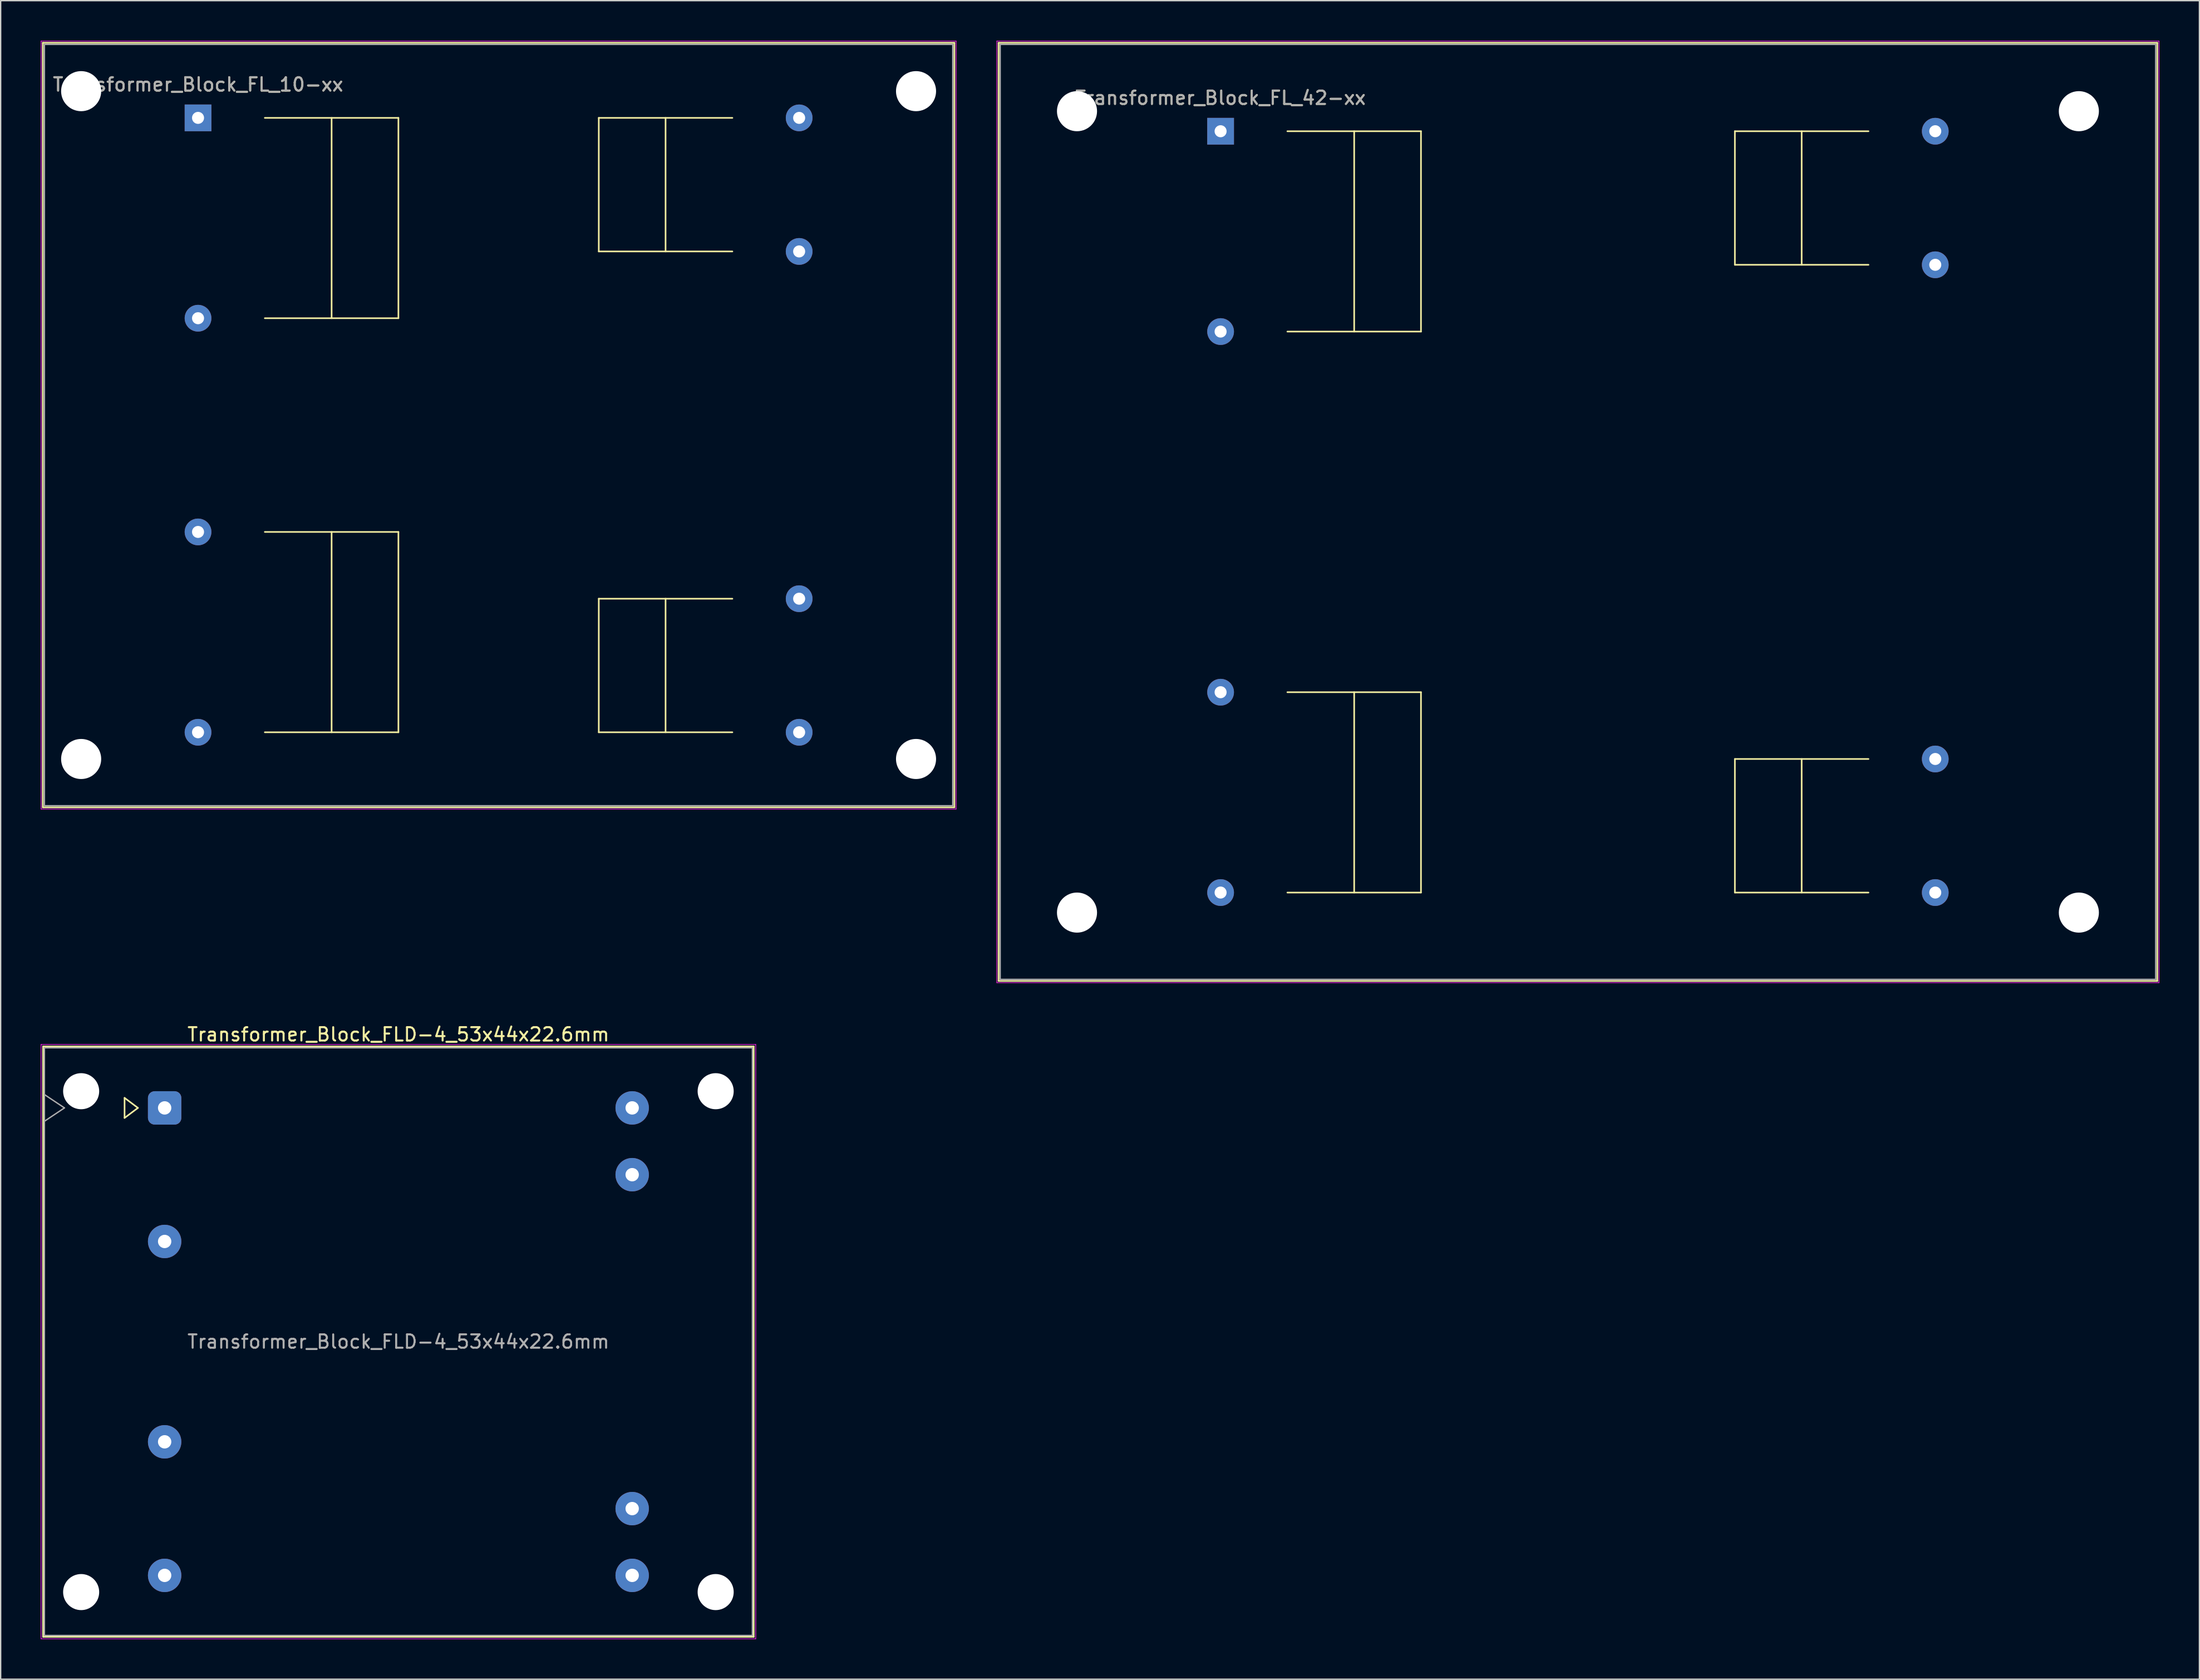
<source format=kicad_pcb>
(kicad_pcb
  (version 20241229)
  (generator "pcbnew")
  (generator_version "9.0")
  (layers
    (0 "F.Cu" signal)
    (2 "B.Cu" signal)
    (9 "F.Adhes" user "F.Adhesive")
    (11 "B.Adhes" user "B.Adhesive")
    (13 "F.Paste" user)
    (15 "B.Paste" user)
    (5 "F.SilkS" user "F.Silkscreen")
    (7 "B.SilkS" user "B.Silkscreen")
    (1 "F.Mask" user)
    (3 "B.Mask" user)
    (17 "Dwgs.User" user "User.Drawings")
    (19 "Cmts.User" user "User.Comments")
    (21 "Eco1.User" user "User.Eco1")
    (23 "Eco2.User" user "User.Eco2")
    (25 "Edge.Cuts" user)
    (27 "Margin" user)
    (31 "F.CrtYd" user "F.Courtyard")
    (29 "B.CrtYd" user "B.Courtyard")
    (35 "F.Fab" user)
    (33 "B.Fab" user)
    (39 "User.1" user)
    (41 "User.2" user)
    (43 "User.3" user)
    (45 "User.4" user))
  (footprint "Transformer_Block_FL_10-xx"
    (layer "F.Cu")
    (at 11.775 5.775)
    (property "Reference" "Transformer_Block_FL_10-xx" (at 0 -2.5 0) (layer "F.SilkS") (effects (font (size 1 1) (thickness 0.15))))
    (attr through_hole)
    (fp_line (start -11.62 51.62) (end -11.62 -5.62) (stroke (width 0.12) (type solid)) (layer "F.SilkS"))
    (fp_line (start -11.62 51.62) (end 56.62 51.62) (stroke (width 0.12) (type solid)) (layer "F.SilkS"))
    (fp_line (start 5 0) (end 15 0) (stroke (width 0.12) (type solid)) (layer "F.SilkS"))
    (fp_line (start 5 31) (end 15 31) (stroke (width 0.12) (type solid)) (layer "F.SilkS"))
    (fp_line (start 10 15) (end 10 0) (stroke (width 0.12) (type solid)) (layer "F.SilkS"))
    (fp_line (start 10 31) (end 10 46) (stroke (width 0.12) (type solid)) (layer "F.SilkS"))
    (fp_line (start 15 0) (end 15 15) (stroke (width 0.12) (type solid)) (layer "F.SilkS"))
    (fp_line (start 15 15) (end 5 15) (stroke (width 0.12) (type solid)) (layer "F.SilkS"))
    (fp_line (start 15 31) (end 15 46) (stroke (width 0.12) (type solid)) (layer "F.SilkS"))
    (fp_line (start 15 46) (end 5 46) (stroke (width 0.12) (type solid)) (layer "F.SilkS"))
    (fp_line (start 30 0) (end 40 0) (stroke (width 0.12) (type solid)) (layer "F.SilkS"))
    (fp_line (start 30 10) (end 30 0) (stroke (width 0.12) (type solid)) (layer "F.SilkS"))
    (fp_line (start 30 36) (end 40 36) (stroke (width 0.12) (type solid)) (layer "F.SilkS"))
    (fp_line (start 30 46) (end 30 36) (stroke (width 0.12) (type solid)) (layer "F.SilkS"))
    (fp_line (start 35 0) (end 35 10) (stroke (width 0.12) (type solid)) (layer "F.SilkS"))
    (fp_line (start 35 46) (end 35 36) (stroke (width 0.12) (type solid)) (layer "F.SilkS"))
    (fp_line (start 40 10) (end 30 10) (stroke (width 0.12) (type solid)) (layer "F.SilkS"))
    (fp_line (start 40 46) (end 30 46) (stroke (width 0.12) (type solid)) (layer "F.SilkS"))
    (fp_line (start 56.62 -5.62) (end -11.62 -5.62) (stroke (width 0.12) (type solid)) (layer "F.SilkS"))
    (fp_line (start 56.62 -5.62) (end 56.62 51.62) (stroke (width 0.12) (type solid)) (layer "F.SilkS"))
    (fp_line (start -11.75 51.75) (end -11.75 -5.75) (stroke (width 0.05) (type solid)) (layer "F.CrtYd"))
    (fp_line (start -11.75 51.75) (end 56.75 51.75) (stroke (width 0.05) (type solid)) (layer "F.CrtYd"))
    (fp_line (start 56.75 -5.75) (end -11.75 -5.75) (stroke (width 0.05) (type solid)) (layer "F.CrtYd"))
    (fp_line (start 56.75 -5.75) (end 56.75 51.75) (stroke (width 0.05) (type solid)) (layer "F.CrtYd"))
    (fp_line (start -11.5 -5.5) (end 56.5 -5.5) (stroke (width 0.1) (type solid)) (layer "F.Fab"))
    (fp_line (start -11.5 51.5) (end -11.5 -5.5) (stroke (width 0.1) (type solid)) (layer "F.Fab"))
    (fp_line (start 56.5 -5.5) (end 56.5 51.5) (stroke (width 0.1) (type solid)) (layer "F.Fab"))
    (fp_line (start 56.5 51.5) (end -11.5 51.5) (stroke (width 0.1) (type solid)) (layer "F.Fab"))
    (fp_text user "${REFERENCE}" (at 0 -2.5 0) (layer "F.Fab") (effects (font (size 1 1) (thickness 0.15))))
    (pad "" np_thru_hole circle (at -8.75 -2 270) (size 3 3) (drill 3) (layers "*.Cu" "*.Mask"))
    (pad "" np_thru_hole circle (at -8.75 48 270) (size 3 3) (drill 3) (layers "*.Cu" "*.Mask"))
    (pad "" np_thru_hole circle (at 53.75 -2 270) (size 3 3) (drill 3) (layers "*.Cu" "*.Mask"))
    (pad "" np_thru_hole circle (at 53.75 48 270) (size 3 3) (drill 3) (layers "*.Cu" "*.Mask"))
    (pad "1" thru_hole rect (at 0 0 270) (size 2 2) (drill 0.9) (layers "*.Cu" "*.Mask"))
    (pad "2" thru_hole circle (at 0 15 270) (size 2 2) (drill 0.9) (layers "*.Cu" "*.Mask"))
    (pad "3" thru_hole circle (at 0 31 270) (size 2 2) (drill 0.9) (layers "*.Cu" "*.Mask"))
    (pad "4" thru_hole circle (at 0 46 270) (size 2 2) (drill 0.9) (layers "*.Cu" "*.Mask"))
    (pad "5" thru_hole circle (at 45 0 270) (size 2 2) (drill 0.9) (layers "*.Cu" "*.Mask"))
    (pad "6" thru_hole circle (at 45 10 270) (size 2 2) (drill 0.9) (layers "*.Cu" "*.Mask"))
    (pad "7" thru_hole circle (at 45 36 270) (size 2 2) (drill 0.9) (layers "*.Cu" "*.Mask"))
    (pad "8" thru_hole circle (at 45 46 270) (size 2 2) (drill 0.9) (layers "*.Cu" "*.Mask")))
  (footprint "Transformer_Block_FLD-4_53x44x22.6mm"
    (layer "F.Cu")
    (at 9.275 79.898)
    (property "Reference" "Transformer_Block_FLD-4_53x44x22.6mm" (at 17.5 -5.5 0) (layer "F.SilkS") (effects (font (size 1 1) (thickness 0.15))))
    (attr through_hole)
    (fp_line (start -9.1 -4.6) (end -9.1 39.6) (stroke (width 0.12) (type solid)) (layer "F.SilkS"))
    (fp_line (start -9.1 39.6) (end 44.1 39.6) (stroke (width 0.12) (type solid)) (layer "F.SilkS"))
    (fp_line (start -3 -0.75) (end -2 0) (stroke (width 0.12) (type solid)) (layer "F.SilkS"))
    (fp_line (start -3 0.75) (end -3 -0.75) (stroke (width 0.12) (type solid)) (layer "F.SilkS"))
    (fp_line (start -2 0) (end -3 0.75) (stroke (width 0.12) (type solid)) (layer "F.SilkS"))
    (fp_line (start 44.1 -4.6) (end -9.1 -4.6) (stroke (width 0.12) (type solid)) (layer "F.SilkS"))
    (fp_line (start 44.1 39.6) (end 44.1 -4.6) (stroke (width 0.12) (type solid)) (layer "F.SilkS"))
    (fp_line (start -9.25 -4.75) (end -9.25 39.75) (stroke (width 0.05) (type solid)) (layer "F.CrtYd"))
    (fp_line (start -9.25 39.75) (end 44.25 39.75) (stroke (width 0.05) (type solid)) (layer "F.CrtYd"))
    (fp_line (start 44.25 -4.75) (end -9.25 -4.75) (stroke (width 0.05) (type solid)) (layer "F.CrtYd"))
    (fp_line (start 44.25 39.75) (end 44.25 -4.75) (stroke (width 0.05) (type solid)) (layer "F.CrtYd"))
    (fp_line (start -9 -4.5) (end -9 39.5) (stroke (width 0.1) (type solid)) (layer "F.Fab"))
    (fp_line (start -9 -1) (end -7.5 0) (stroke (width 0.1) (type solid)) (layer "F.Fab"))
    (fp_line (start -9 39.5) (end 44 39.5) (stroke (width 0.1) (type solid)) (layer "F.Fab"))
    (fp_line (start -7.5 0) (end -9 1) (stroke (width 0.1) (type solid)) (layer "F.Fab"))
    (fp_line (start 44 -4.5) (end -9 -4.5) (stroke (width 0.1) (type solid)) (layer "F.Fab"))
    (fp_line (start 44 39.5) (end 44 -4.5) (stroke (width 0.1) (type solid)) (layer "F.Fab"))
    (fp_text user "${REFERENCE}" (at 17.5 17.5 0) (layer "F.Fab") (effects (font (size 1 1) (thickness 0.15))))
    (pad "" np_thru_hole circle (at -6.25 -1.25) (size 2.7 2.7) (drill 2.7) (layers "*.Cu" "*.Mask"))
    (pad "" np_thru_hole circle (at -6.25 36.25) (size 2.7 2.7) (drill 2.7) (layers "*.Cu" "*.Mask"))
    (pad "" np_thru_hole circle (at 41.25 -1.25) (size 2.7 2.7) (drill 2.7) (layers "*.Cu" "*.Mask"))
    (pad "" np_thru_hole circle (at 41.25 36.25) (size 2.7 2.7) (drill 2.7) (layers "*.Cu" "*.Mask"))
    (pad "1" thru_hole roundrect (at 0 0) (size 2.5 2.5) (drill 1) (layers "*.Cu" "*.Mask") (roundrect_rratio 0.2))
    (pad "2" thru_hole circle (at 0 10) (size 2.5 2.5) (drill 1) (layers "*.Cu" "*.Mask"))
    (pad "3" thru_hole circle (at 0 25) (size 2.5 2.5) (drill 1) (layers "*.Cu" "*.Mask"))
    (pad "4" thru_hole circle (at 0 35) (size 2.5 2.5) (drill 1) (layers "*.Cu" "*.Mask"))
    (pad "5" thru_hole circle (at 35 35) (size 2.5 2.5) (drill 1) (layers "*.Cu" "*.Mask"))
    (pad "6" thru_hole circle (at 35 30) (size 2.5 2.5) (drill 1) (layers "*.Cu" "*.Mask"))
    (pad "7" thru_hole circle (at 35 5) (size 2.5 2.5) (drill 1) (layers "*.Cu" "*.Mask"))
    (pad "8" thru_hole circle (at 35 0) (size 2.5 2.5) (drill 1) (layers "*.Cu" "*.Mask")))
  (footprint "Transformer_Block_FL_42-xx"
    (layer "F.Cu")
    (at 88.325 6.775)
    (property "Reference" "Transformer_Block_FL_42-xx" (at 0 -2.5 0) (layer "F.SilkS") (effects (font (size 1 1) (thickness 0.15))))
    (attr through_hole)
    (fp_line (start -16.62 63.62) (end -16.62 -6.62) (stroke (width 0.12) (type solid)) (layer "F.SilkS"))
    (fp_line (start -16.62 63.62) (end 70.12 63.62) (stroke (width 0.12) (type solid)) (layer "F.SilkS"))
    (fp_line (start 5 0) (end 15 0) (stroke (width 0.12) (type solid)) (layer "F.SilkS"))
    (fp_line (start 5 42) (end 15 42) (stroke (width 0.12) (type solid)) (layer "F.SilkS"))
    (fp_line (start 10 15) (end 10 0) (stroke (width 0.12) (type solid)) (layer "F.SilkS"))
    (fp_line (start 10 42) (end 10 57) (stroke (width 0.12) (type solid)) (layer "F.SilkS"))
    (fp_line (start 15 0) (end 15 15) (stroke (width 0.12) (type solid)) (layer "F.SilkS"))
    (fp_line (start 15 15) (end 5 15) (stroke (width 0.12) (type solid)) (layer "F.SilkS"))
    (fp_line (start 15 42) (end 15 57) (stroke (width 0.12) (type solid)) (layer "F.SilkS"))
    (fp_line (start 15 57) (end 5 57) (stroke (width 0.12) (type solid)) (layer "F.SilkS"))
    (fp_line (start 38.5 0) (end 48.5 0) (stroke (width 0.12) (type solid)) (layer "F.SilkS"))
    (fp_line (start 38.5 10) (end 38.5 0) (stroke (width 0.12) (type solid)) (layer "F.SilkS"))
    (fp_line (start 38.5 47) (end 48.5 47) (stroke (width 0.12) (type solid)) (layer "F.SilkS"))
    (fp_line (start 38.5 57) (end 38.5 47) (stroke (width 0.12) (type solid)) (layer "F.SilkS"))
    (fp_line (start 43.5 0) (end 43.5 10) (stroke (width 0.12) (type solid)) (layer "F.SilkS"))
    (fp_line (start 43.5 57) (end 43.5 47) (stroke (width 0.12) (type solid)) (layer "F.SilkS"))
    (fp_line (start 48.5 10) (end 38.5 10) (stroke (width 0.12) (type solid)) (layer "F.SilkS"))
    (fp_line (start 48.5 57) (end 38.5 57) (stroke (width 0.12) (type solid)) (layer "F.SilkS"))
    (fp_line (start 70.12 -6.62) (end -16.62 -6.62) (stroke (width 0.12) (type solid)) (layer "F.SilkS"))
    (fp_line (start 70.12 -6.62) (end 70.12 63.62) (stroke (width 0.12) (type solid)) (layer "F.SilkS"))
    (fp_line (start -16.75 63.75) (end -16.75 -6.75) (stroke (width 0.05) (type solid)) (layer "F.CrtYd"))
    (fp_line (start -16.75 63.75) (end 70.25 63.75) (stroke (width 0.05) (type solid)) (layer "F.CrtYd"))
    (fp_line (start 70.25 -6.75) (end -16.75 -6.75) (stroke (width 0.05) (type solid)) (layer "F.CrtYd"))
    (fp_line (start 70.25 -6.75) (end 70.25 63.75) (stroke (width 0.05) (type solid)) (layer "F.CrtYd"))
    (fp_line (start -16.5 -6.5) (end 70 -6.5) (stroke (width 0.1) (type solid)) (layer "F.Fab"))
    (fp_line (start -16.5 63.5) (end -16.5 -6.5) (stroke (width 0.1) (type solid)) (layer "F.Fab"))
    (fp_line (start 70 -6.5) (end 70 63.5) (stroke (width 0.1) (type solid)) (layer "F.Fab"))
    (fp_line (start 70 63.5) (end -16.5 63.5) (stroke (width 0.1) (type solid)) (layer "F.Fab"))
    (fp_text user "${REFERENCE}" (at 0 -2.5 0) (layer "F.Fab") (effects (font (size 1 1) (thickness 0.15))))
    (pad "" np_thru_hole circle (at -10.75 -1.5 270) (size 3 3) (drill 3) (layers "*.Cu" "*.Mask"))
    (pad "" np_thru_hole circle (at -10.75 58.5 270) (size 3 3) (drill 3) (layers "*.Cu" "*.Mask"))
    (pad "" np_thru_hole circle (at 64.25 -1.5 270) (size 3 3) (drill 3) (layers "*.Cu" "*.Mask"))
    (pad "" np_thru_hole circle (at 64.25 58.5 270) (size 3 3) (drill 3) (layers "*.Cu" "*.Mask"))
    (pad "1" thru_hole rect (at 0 0 270) (size 2 2) (drill 0.9) (layers "*.Cu" "*.Mask"))
    (pad "2" thru_hole circle (at 0 15 270) (size 2 2) (drill 0.9) (layers "*.Cu" "*.Mask"))
    (pad "3" thru_hole circle (at 0 42 270) (size 2 2) (drill 0.9) (layers "*.Cu" "*.Mask"))
    (pad "4" thru_hole circle (at 0 57 270) (size 2 2) (drill 0.9) (layers "*.Cu" "*.Mask"))
    (pad "5" thru_hole circle (at 53.5 0 270) (size 2 2) (drill 0.9) (layers "*.Cu" "*.Mask"))
    (pad "6" thru_hole circle (at 53.5 10 270) (size 2 2) (drill 0.9) (layers "*.Cu" "*.Mask"))
    (pad "7" thru_hole circle (at 53.5 47 270) (size 2 2) (drill 0.9) (layers "*.Cu" "*.Mask"))
    (pad "8" thru_hole circle (at 53.5 57 270) (size 2 2) (drill 0.9) (layers "*.Cu" "*.Mask")))
  (gr_rect
    (start -3 -3)
    (end 161.6 122.673)
    (stroke (width 0.1) (type default))
    (fill no)
    (layer "Edge.Cuts")))
</source>
